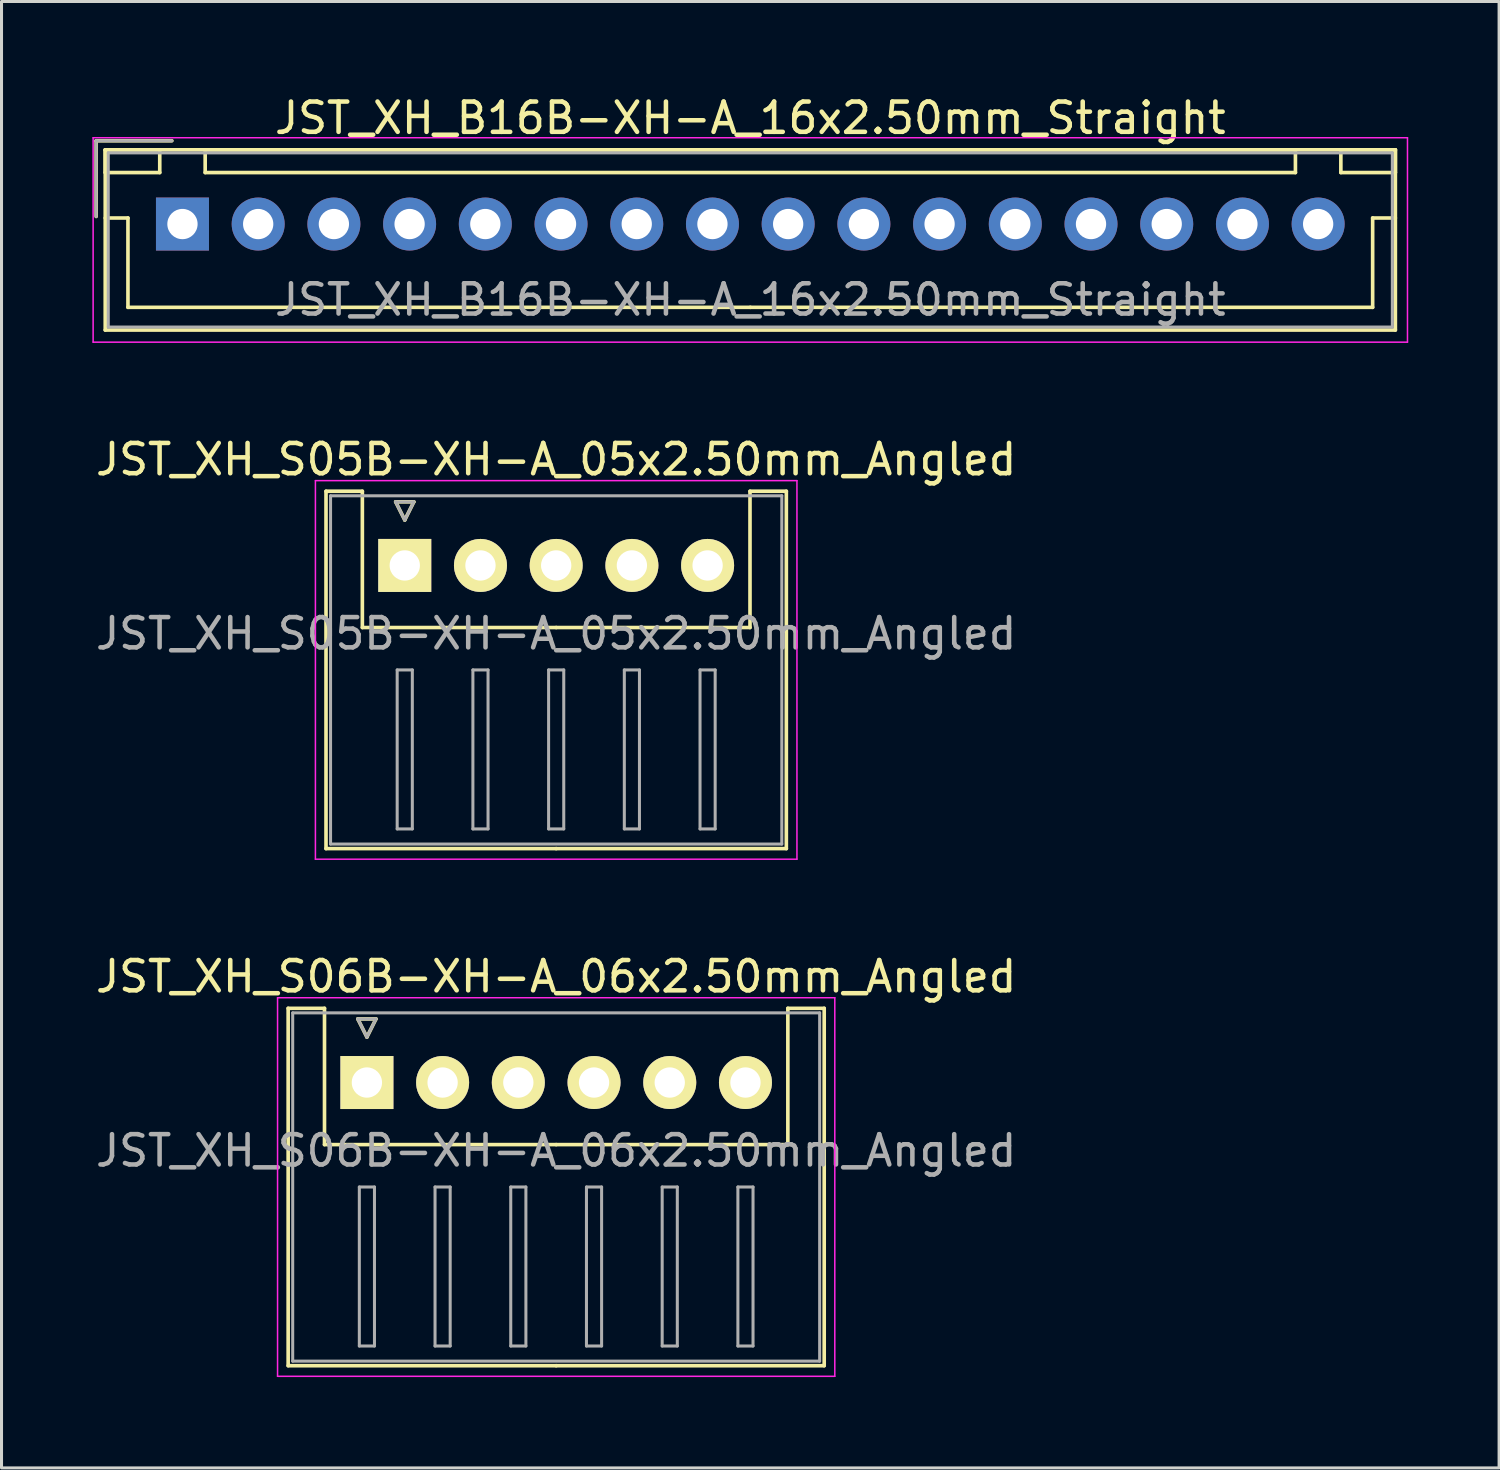
<source format=kicad_pcb>
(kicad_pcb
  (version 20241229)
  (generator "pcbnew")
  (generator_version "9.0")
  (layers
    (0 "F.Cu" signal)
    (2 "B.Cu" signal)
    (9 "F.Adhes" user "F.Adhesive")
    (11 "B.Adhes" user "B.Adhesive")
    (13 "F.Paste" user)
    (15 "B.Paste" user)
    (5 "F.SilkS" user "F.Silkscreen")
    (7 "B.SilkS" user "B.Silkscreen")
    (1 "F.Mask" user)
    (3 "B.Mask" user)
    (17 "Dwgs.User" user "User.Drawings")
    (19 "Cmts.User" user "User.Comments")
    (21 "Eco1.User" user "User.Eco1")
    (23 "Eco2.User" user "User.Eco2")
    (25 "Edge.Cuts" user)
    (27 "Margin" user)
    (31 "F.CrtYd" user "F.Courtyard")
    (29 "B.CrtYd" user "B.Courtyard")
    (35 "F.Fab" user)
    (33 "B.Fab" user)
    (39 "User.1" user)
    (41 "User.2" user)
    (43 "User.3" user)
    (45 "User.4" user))
  (footprint "JST_XH_B16B-XH-A_16x2.50mm_Straight"
    (layer "F.Cu")
    (at 2.975 4.348)
    (property "Reference" "JST_XH_B16B-XH-A_16x2.50mm_Straight" (at 18.75 -3.5 0) (layer "F.SilkS") (effects (font (size 1 1) (thickness 0.15))))
    (attr through_hole)
    (fp_line (start -2.85 -2.75) (end -2.85 -0.25) (stroke (width 0.12) (type solid)) (layer "F.SilkS"))
    (fp_line (start -2.55 -2.45) (end -2.55 -1.7) (stroke (width 0.12) (type solid)) (layer "F.SilkS"))
    (fp_line (start -2.55 -2.45) (end -2.55 3.5) (stroke (width 0.12) (type solid)) (layer "F.SilkS"))
    (fp_line (start -2.55 -1.7) (end -0.75 -1.7) (stroke (width 0.12) (type solid)) (layer "F.SilkS"))
    (fp_line (start -2.55 -0.2) (end -1.8 -0.2) (stroke (width 0.12) (type solid)) (layer "F.SilkS"))
    (fp_line (start -2.55 3.5) (end 40.05 3.5) (stroke (width 0.12) (type solid)) (layer "F.SilkS"))
    (fp_line (start -1.8 -0.2) (end -1.8 2.75) (stroke (width 0.12) (type solid)) (layer "F.SilkS"))
    (fp_line (start -1.8 2.75) (end 18.75 2.75) (stroke (width 0.12) (type solid)) (layer "F.SilkS"))
    (fp_line (start -0.75 -2.45) (end -2.55 -2.45) (stroke (width 0.12) (type solid)) (layer "F.SilkS"))
    (fp_line (start -0.75 -1.7) (end -0.75 -2.45) (stroke (width 0.12) (type solid)) (layer "F.SilkS"))
    (fp_line (start -0.35 -2.75) (end -2.85 -2.75) (stroke (width 0.12) (type solid)) (layer "F.SilkS"))
    (fp_line (start 0.75 -2.45) (end 0.75 -1.7) (stroke (width 0.12) (type solid)) (layer "F.SilkS"))
    (fp_line (start 0.75 -1.7) (end 36.75 -1.7) (stroke (width 0.12) (type solid)) (layer "F.SilkS"))
    (fp_line (start 36.75 -2.45) (end 0.75 -2.45) (stroke (width 0.12) (type solid)) (layer "F.SilkS"))
    (fp_line (start 36.75 -1.7) (end 36.75 -2.45) (stroke (width 0.12) (type solid)) (layer "F.SilkS"))
    (fp_line (start 38.25 -2.45) (end 38.25 -1.7) (stroke (width 0.12) (type solid)) (layer "F.SilkS"))
    (fp_line (start 38.25 -1.7) (end 40.05 -1.7) (stroke (width 0.12) (type solid)) (layer "F.SilkS"))
    (fp_line (start 39.3 -0.2) (end 39.3 2.75) (stroke (width 0.12) (type solid)) (layer "F.SilkS"))
    (fp_line (start 39.3 2.75) (end 18.75 2.75) (stroke (width 0.12) (type solid)) (layer "F.SilkS"))
    (fp_line (start 40.05 -2.45) (end -2.55 -2.45) (stroke (width 0.12) (type solid)) (layer "F.SilkS"))
    (fp_line (start 40.05 -2.45) (end 38.25 -2.45) (stroke (width 0.12) (type solid)) (layer "F.SilkS"))
    (fp_line (start 40.05 -1.7) (end 40.05 -2.45) (stroke (width 0.12) (type solid)) (layer "F.SilkS"))
    (fp_line (start 40.05 -0.2) (end 39.3 -0.2) (stroke (width 0.12) (type solid)) (layer "F.SilkS"))
    (fp_line (start 40.05 3.5) (end 40.05 -2.45) (stroke (width 0.12) (type solid)) (layer "F.SilkS"))
    (fp_line (start -2.95 -2.85) (end -2.95 3.9) (stroke (width 0.05) (type solid)) (layer "F.CrtYd"))
    (fp_line (start -2.95 3.9) (end 40.45 3.9) (stroke (width 0.05) (type solid)) (layer "F.CrtYd"))
    (fp_line (start 40.45 -2.85) (end -2.95 -2.85) (stroke (width 0.05) (type solid)) (layer "F.CrtYd"))
    (fp_line (start 40.45 3.9) (end 40.45 -2.85) (stroke (width 0.05) (type solid)) (layer "F.CrtYd"))
    (fp_line (start -2.85 -2.75) (end -2.85 -0.25) (stroke (width 0.1) (type solid)) (layer "F.Fab"))
    (fp_line (start -2.45 -2.35) (end -2.45 3.4) (stroke (width 0.1) (type solid)) (layer "F.Fab"))
    (fp_line (start -2.45 3.4) (end 39.95 3.4) (stroke (width 0.1) (type solid)) (layer "F.Fab"))
    (fp_line (start -0.35 -2.75) (end -2.85 -2.75) (stroke (width 0.1) (type solid)) (layer "F.Fab"))
    (fp_line (start 39.95 -2.35) (end -2.45 -2.35) (stroke (width 0.1) (type solid)) (layer "F.Fab"))
    (fp_line (start 39.95 3.4) (end 39.95 -2.35) (stroke (width 0.1) (type solid)) (layer "F.Fab"))
    (fp_text user "${REFERENCE}" (at 18.75 2.5 0) (layer "F.Fab") (effects (font (size 1 1) (thickness 0.15))))
    (pad "1" thru_hole rect (at 0 0) (size 1.75 1.75) (drill 1) (layers "*.Cu" "*.Mask"))
    (pad "2" thru_hole circle (at 2.5 0) (size 1.75 1.75) (drill 1) (layers "*.Cu" "*.Mask"))
    (pad "3" thru_hole circle (at 5 0) (size 1.75 1.75) (drill 1) (layers "*.Cu" "*.Mask"))
    (pad "4" thru_hole circle (at 7.5 0) (size 1.75 1.75) (drill 1) (layers "*.Cu" "*.Mask"))
    (pad "5" thru_hole circle (at 10 0) (size 1.75 1.75) (drill 1) (layers "*.Cu" "*.Mask"))
    (pad "6" thru_hole circle (at 12.5 0) (size 1.75 1.75) (drill 1) (layers "*.Cu" "*.Mask"))
    (pad "7" thru_hole circle (at 15 0) (size 1.75 1.75) (drill 1) (layers "*.Cu" "*.Mask"))
    (pad "8" thru_hole circle (at 17.5 0) (size 1.75 1.75) (drill 1) (layers "*.Cu" "*.Mask"))
    (pad "9" thru_hole circle (at 20 0) (size 1.75 1.75) (drill 1) (layers "*.Cu" "*.Mask"))
    (pad "10" thru_hole circle (at 22.5 0) (size 1.75 1.75) (drill 1) (layers "*.Cu" "*.Mask"))
    (pad "11" thru_hole circle (at 25 0) (size 1.75 1.75) (drill 1) (layers "*.Cu" "*.Mask"))
    (pad "12" thru_hole circle (at 27.5 0) (size 1.75 1.75) (drill 1) (layers "*.Cu" "*.Mask"))
    (pad "13" thru_hole circle (at 30 0) (size 1.75 1.75) (drill 1) (layers "*.Cu" "*.Mask"))
    (pad "14" thru_hole circle (at 32.5 0) (size 1.75 1.75) (drill 1) (layers "*.Cu" "*.Mask"))
    (pad "15" thru_hole circle (at 35 0) (size 1.75 1.75) (drill 1) (layers "*.Cu" "*.Mask"))
    (pad "16" thru_hole circle (at 37.5 0) (size 1.75 1.75) (drill 1) (layers "*.Cu" "*.Mask")))
  (footprint "JST_XH_S05B-XH-A_05x2.50mm_Angled"
    (layer "F.Cu")
    (at 10.315 15.621)
    (property "Reference" "JST_XH_S05B-XH-A_05x2.50mm_Angled" (at 5 -3.5 0) (layer "F.SilkS") (effects (font (size 1 1) (thickness 0.15))))
    (attr through_hole)
    (fp_line (start -2.6 -2.45) (end -1.4 -2.45) (stroke (width 0.12) (type solid)) (layer "F.SilkS"))
    (fp_line (start -2.6 9.35) (end -2.6 -2.45) (stroke (width 0.12) (type solid)) (layer "F.SilkS"))
    (fp_line (start -1.4 -2.45) (end -1.4 2.05) (stroke (width 0.12) (type solid)) (layer "F.SilkS"))
    (fp_line (start -1.4 2.05) (end 5 2.05) (stroke (width 0.12) (type solid)) (layer "F.SilkS"))
    (fp_line (start -0.3 -2.1) (end 0.3 -2.1) (stroke (width 0.12) (type solid)) (layer "F.SilkS"))
    (fp_line (start 0 -1.5) (end -0.3 -2.1) (stroke (width 0.12) (type solid)) (layer "F.SilkS"))
    (fp_line (start 0.3 -2.1) (end 0 -1.5) (stroke (width 0.12) (type solid)) (layer "F.SilkS"))
    (fp_line (start 5 9.35) (end -2.6 9.35) (stroke (width 0.12) (type solid)) (layer "F.SilkS"))
    (fp_line (start 5 9.35) (end 12.6 9.35) (stroke (width 0.12) (type solid)) (layer "F.SilkS"))
    (fp_line (start 11.4 -2.45) (end 11.4 2.05) (stroke (width 0.12) (type solid)) (layer "F.SilkS"))
    (fp_line (start 11.4 2.05) (end 5 2.05) (stroke (width 0.12) (type solid)) (layer "F.SilkS"))
    (fp_line (start 12.6 -2.45) (end 11.4 -2.45) (stroke (width 0.12) (type solid)) (layer "F.SilkS"))
    (fp_line (start 12.6 9.35) (end 12.6 -2.45) (stroke (width 0.12) (type solid)) (layer "F.SilkS"))
    (fp_line (start -2.95 -2.8) (end -2.95 9.7) (stroke (width 0.05) (type solid)) (layer "F.CrtYd"))
    (fp_line (start -2.95 9.7) (end 12.95 9.7) (stroke (width 0.05) (type solid)) (layer "F.CrtYd"))
    (fp_line (start 12.95 -2.8) (end -2.95 -2.8) (stroke (width 0.05) (type solid)) (layer "F.CrtYd"))
    (fp_line (start 12.95 9.7) (end 12.95 -2.8) (stroke (width 0.05) (type solid)) (layer "F.CrtYd"))
    (fp_line (start -2.45 -2.3) (end -2.45 9.2) (stroke (width 0.1) (type solid)) (layer "F.Fab"))
    (fp_line (start -2.45 9.2) (end 12.45 9.2) (stroke (width 0.1) (type solid)) (layer "F.Fab"))
    (fp_line (start -0.3 -2.1) (end 0.3 -2.1) (stroke (width 0.1) (type solid)) (layer "F.Fab"))
    (fp_line (start -0.25 3.45) (end -0.25 8.7) (stroke (width 0.1) (type solid)) (layer "F.Fab"))
    (fp_line (start -0.25 8.7) (end 0.25 8.7) (stroke (width 0.1) (type solid)) (layer "F.Fab"))
    (fp_line (start 0 -1.5) (end -0.3 -2.1) (stroke (width 0.1) (type solid)) (layer "F.Fab"))
    (fp_line (start 0.25 3.45) (end -0.25 3.45) (stroke (width 0.1) (type solid)) (layer "F.Fab"))
    (fp_line (start 0.25 8.7) (end 0.25 3.45) (stroke (width 0.1) (type solid)) (layer "F.Fab"))
    (fp_line (start 0.3 -2.1) (end 0 -1.5) (stroke (width 0.1) (type solid)) (layer "F.Fab"))
    (fp_line (start 2.25 3.45) (end 2.25 8.7) (stroke (width 0.1) (type solid)) (layer "F.Fab"))
    (fp_line (start 2.25 8.7) (end 2.75 8.7) (stroke (width 0.1) (type solid)) (layer "F.Fab"))
    (fp_line (start 2.75 3.45) (end 2.25 3.45) (stroke (width 0.1) (type solid)) (layer "F.Fab"))
    (fp_line (start 2.75 8.7) (end 2.75 3.45) (stroke (width 0.1) (type solid)) (layer "F.Fab"))
    (fp_line (start 4.75 3.45) (end 4.75 8.7) (stroke (width 0.1) (type solid)) (layer "F.Fab"))
    (fp_line (start 4.75 8.7) (end 5.25 8.7) (stroke (width 0.1) (type solid)) (layer "F.Fab"))
    (fp_line (start 5.25 3.45) (end 4.75 3.45) (stroke (width 0.1) (type solid)) (layer "F.Fab"))
    (fp_line (start 5.25 8.7) (end 5.25 3.45) (stroke (width 0.1) (type solid)) (layer "F.Fab"))
    (fp_line (start 7.25 3.45) (end 7.25 8.7) (stroke (width 0.1) (type solid)) (layer "F.Fab"))
    (fp_line (start 7.25 8.7) (end 7.75 8.7) (stroke (width 0.1) (type solid)) (layer "F.Fab"))
    (fp_line (start 7.75 3.45) (end 7.25 3.45) (stroke (width 0.1) (type solid)) (layer "F.Fab"))
    (fp_line (start 7.75 8.7) (end 7.75 3.45) (stroke (width 0.1) (type solid)) (layer "F.Fab"))
    (fp_line (start 9.75 3.45) (end 9.75 8.7) (stroke (width 0.1) (type solid)) (layer "F.Fab"))
    (fp_line (start 9.75 8.7) (end 10.25 8.7) (stroke (width 0.1) (type solid)) (layer "F.Fab"))
    (fp_line (start 10.25 3.45) (end 9.75 3.45) (stroke (width 0.1) (type solid)) (layer "F.Fab"))
    (fp_line (start 10.25 8.7) (end 10.25 3.45) (stroke (width 0.1) (type solid)) (layer "F.Fab"))
    (fp_line (start 12.45 -2.3) (end -2.45 -2.3) (stroke (width 0.1) (type solid)) (layer "F.Fab"))
    (fp_line (start 12.45 9.2) (end 12.45 -2.3) (stroke (width 0.1) (type solid)) (layer "F.Fab"))
    (fp_text user "${REFERENCE}" (at 5 2.25 0) (layer "F.Fab") (effects (font (size 1 1) (thickness 0.15))))
    (pad "1" thru_hole rect (at 0 0) (size 1.75 1.75) (drill 1) (layers "*.Cu" "*.Mask" "F.SilkS"))
    (pad "2" thru_hole circle (at 2.5 0) (size 1.75 1.75) (drill 1) (layers "*.Cu" "*.Mask" "F.SilkS"))
    (pad "3" thru_hole circle (at 5 0) (size 1.75 1.75) (drill 1) (layers "*.Cu" "*.Mask" "F.SilkS"))
    (pad "4" thru_hole circle (at 7.5 0) (size 1.75 1.75) (drill 1) (layers "*.Cu" "*.Mask" "F.SilkS"))
    (pad "5" thru_hole circle (at 10 0) (size 1.75 1.75) (drill 1) (layers "*.Cu" "*.Mask" "F.SilkS")))
  (footprint "JST_XH_S06B-XH-A_06x2.50mm_Angled"
    (layer "F.Cu")
    (at 9.065 32.695)
    (property "Reference" "JST_XH_S06B-XH-A_06x2.50mm_Angled" (at 6.25 -3.5 0) (layer "F.SilkS") (effects (font (size 1 1) (thickness 0.15))))
    (attr through_hole)
    (fp_line (start -2.6 -2.45) (end -1.4 -2.45) (stroke (width 0.12) (type solid)) (layer "F.SilkS"))
    (fp_line (start -2.6 9.35) (end -2.6 -2.45) (stroke (width 0.12) (type solid)) (layer "F.SilkS"))
    (fp_line (start -1.4 -2.45) (end -1.4 2.05) (stroke (width 0.12) (type solid)) (layer "F.SilkS"))
    (fp_line (start -1.4 2.05) (end 6.25 2.05) (stroke (width 0.12) (type solid)) (layer "F.SilkS"))
    (fp_line (start -0.3 -2.1) (end 0.3 -2.1) (stroke (width 0.12) (type solid)) (layer "F.SilkS"))
    (fp_line (start 0 -1.5) (end -0.3 -2.1) (stroke (width 0.12) (type solid)) (layer "F.SilkS"))
    (fp_line (start 0.3 -2.1) (end 0 -1.5) (stroke (width 0.12) (type solid)) (layer "F.SilkS"))
    (fp_line (start 6.25 9.35) (end -2.6 9.35) (stroke (width 0.12) (type solid)) (layer "F.SilkS"))
    (fp_line (start 6.25 9.35) (end 15.1 9.35) (stroke (width 0.12) (type solid)) (layer "F.SilkS"))
    (fp_line (start 13.9 -2.45) (end 13.9 2.05) (stroke (width 0.12) (type solid)) (layer "F.SilkS"))
    (fp_line (start 13.9 2.05) (end 6.25 2.05) (stroke (width 0.12) (type solid)) (layer "F.SilkS"))
    (fp_line (start 15.1 -2.45) (end 13.9 -2.45) (stroke (width 0.12) (type solid)) (layer "F.SilkS"))
    (fp_line (start 15.1 9.35) (end 15.1 -2.45) (stroke (width 0.12) (type solid)) (layer "F.SilkS"))
    (fp_line (start -2.95 -2.8) (end -2.95 9.7) (stroke (width 0.05) (type solid)) (layer "F.CrtYd"))
    (fp_line (start -2.95 9.7) (end 15.45 9.7) (stroke (width 0.05) (type solid)) (layer "F.CrtYd"))
    (fp_line (start 15.45 -2.8) (end -2.95 -2.8) (stroke (width 0.05) (type solid)) (layer "F.CrtYd"))
    (fp_line (start 15.45 9.7) (end 15.45 -2.8) (stroke (width 0.05) (type solid)) (layer "F.CrtYd"))
    (fp_line (start -2.45 -2.3) (end -2.45 9.2) (stroke (width 0.1) (type solid)) (layer "F.Fab"))
    (fp_line (start -2.45 9.2) (end 14.95 9.2) (stroke (width 0.1) (type solid)) (layer "F.Fab"))
    (fp_line (start -0.3 -2.1) (end 0.3 -2.1) (stroke (width 0.1) (type solid)) (layer "F.Fab"))
    (fp_line (start -0.25 3.45) (end -0.25 8.7) (stroke (width 0.1) (type solid)) (layer "F.Fab"))
    (fp_line (start -0.25 8.7) (end 0.25 8.7) (stroke (width 0.1) (type solid)) (layer "F.Fab"))
    (fp_line (start 0 -1.5) (end -0.3 -2.1) (stroke (width 0.1) (type solid)) (layer "F.Fab"))
    (fp_line (start 0.25 3.45) (end -0.25 3.45) (stroke (width 0.1) (type solid)) (layer "F.Fab"))
    (fp_line (start 0.25 8.7) (end 0.25 3.45) (stroke (width 0.1) (type solid)) (layer "F.Fab"))
    (fp_line (start 0.3 -2.1) (end 0 -1.5) (stroke (width 0.1) (type solid)) (layer "F.Fab"))
    (fp_line (start 2.25 3.45) (end 2.25 8.7) (stroke (width 0.1) (type solid)) (layer "F.Fab"))
    (fp_line (start 2.25 8.7) (end 2.75 8.7) (stroke (width 0.1) (type solid)) (layer "F.Fab"))
    (fp_line (start 2.75 3.45) (end 2.25 3.45) (stroke (width 0.1) (type solid)) (layer "F.Fab"))
    (fp_line (start 2.75 8.7) (end 2.75 3.45) (stroke (width 0.1) (type solid)) (layer "F.Fab"))
    (fp_line (start 4.75 3.45) (end 4.75 8.7) (stroke (width 0.1) (type solid)) (layer "F.Fab"))
    (fp_line (start 4.75 8.7) (end 5.25 8.7) (stroke (width 0.1) (type solid)) (layer "F.Fab"))
    (fp_line (start 5.25 3.45) (end 4.75 3.45) (stroke (width 0.1) (type solid)) (layer "F.Fab"))
    (fp_line (start 5.25 8.7) (end 5.25 3.45) (stroke (width 0.1) (type solid)) (layer "F.Fab"))
    (fp_line (start 7.25 3.45) (end 7.25 8.7) (stroke (width 0.1) (type solid)) (layer "F.Fab"))
    (fp_line (start 7.25 8.7) (end 7.75 8.7) (stroke (width 0.1) (type solid)) (layer "F.Fab"))
    (fp_line (start 7.75 3.45) (end 7.25 3.45) (stroke (width 0.1) (type solid)) (layer "F.Fab"))
    (fp_line (start 7.75 8.7) (end 7.75 3.45) (stroke (width 0.1) (type solid)) (layer "F.Fab"))
    (fp_line (start 9.75 3.45) (end 9.75 8.7) (stroke (width 0.1) (type solid)) (layer "F.Fab"))
    (fp_line (start 9.75 8.7) (end 10.25 8.7) (stroke (width 0.1) (type solid)) (layer "F.Fab"))
    (fp_line (start 10.25 3.45) (end 9.75 3.45) (stroke (width 0.1) (type solid)) (layer "F.Fab"))
    (fp_line (start 10.25 8.7) (end 10.25 3.45) (stroke (width 0.1) (type solid)) (layer "F.Fab"))
    (fp_line (start 12.25 3.45) (end 12.25 8.7) (stroke (width 0.1) (type solid)) (layer "F.Fab"))
    (fp_line (start 12.25 8.7) (end 12.75 8.7) (stroke (width 0.1) (type solid)) (layer "F.Fab"))
    (fp_line (start 12.75 3.45) (end 12.25 3.45) (stroke (width 0.1) (type solid)) (layer "F.Fab"))
    (fp_line (start 12.75 8.7) (end 12.75 3.45) (stroke (width 0.1) (type solid)) (layer "F.Fab"))
    (fp_line (start 14.95 -2.3) (end -2.45 -2.3) (stroke (width 0.1) (type solid)) (layer "F.Fab"))
    (fp_line (start 14.95 9.2) (end 14.95 -2.3) (stroke (width 0.1) (type solid)) (layer "F.Fab"))
    (fp_text user "${REFERENCE}" (at 6.25 2.25 0) (layer "F.Fab") (effects (font (size 1 1) (thickness 0.15))))
    (pad "1" thru_hole rect (at 0 0) (size 1.75 1.75) (drill 1) (layers "*.Cu" "*.Mask" "F.SilkS"))
    (pad "2" thru_hole circle (at 2.5 0) (size 1.75 1.75) (drill 1) (layers "*.Cu" "*.Mask" "F.SilkS"))
    (pad "3" thru_hole circle (at 5 0) (size 1.75 1.75) (drill 1) (layers "*.Cu" "*.Mask" "F.SilkS"))
    (pad "4" thru_hole circle (at 7.5 0) (size 1.75 1.75) (drill 1) (layers "*.Cu" "*.Mask" "F.SilkS"))
    (pad "5" thru_hole circle (at 10 0) (size 1.75 1.75) (drill 1) (layers "*.Cu" "*.Mask" "F.SilkS"))
    (pad "6" thru_hole circle (at 12.5 0) (size 1.75 1.75) (drill 1) (layers "*.Cu" "*.Mask" "F.SilkS")))
  (gr_rect
    (start -3 -3)
    (end 46.45 45.42)
    (stroke (width 0.1) (type default))
    (fill no)
    (layer "Edge.Cuts")))
</source>
